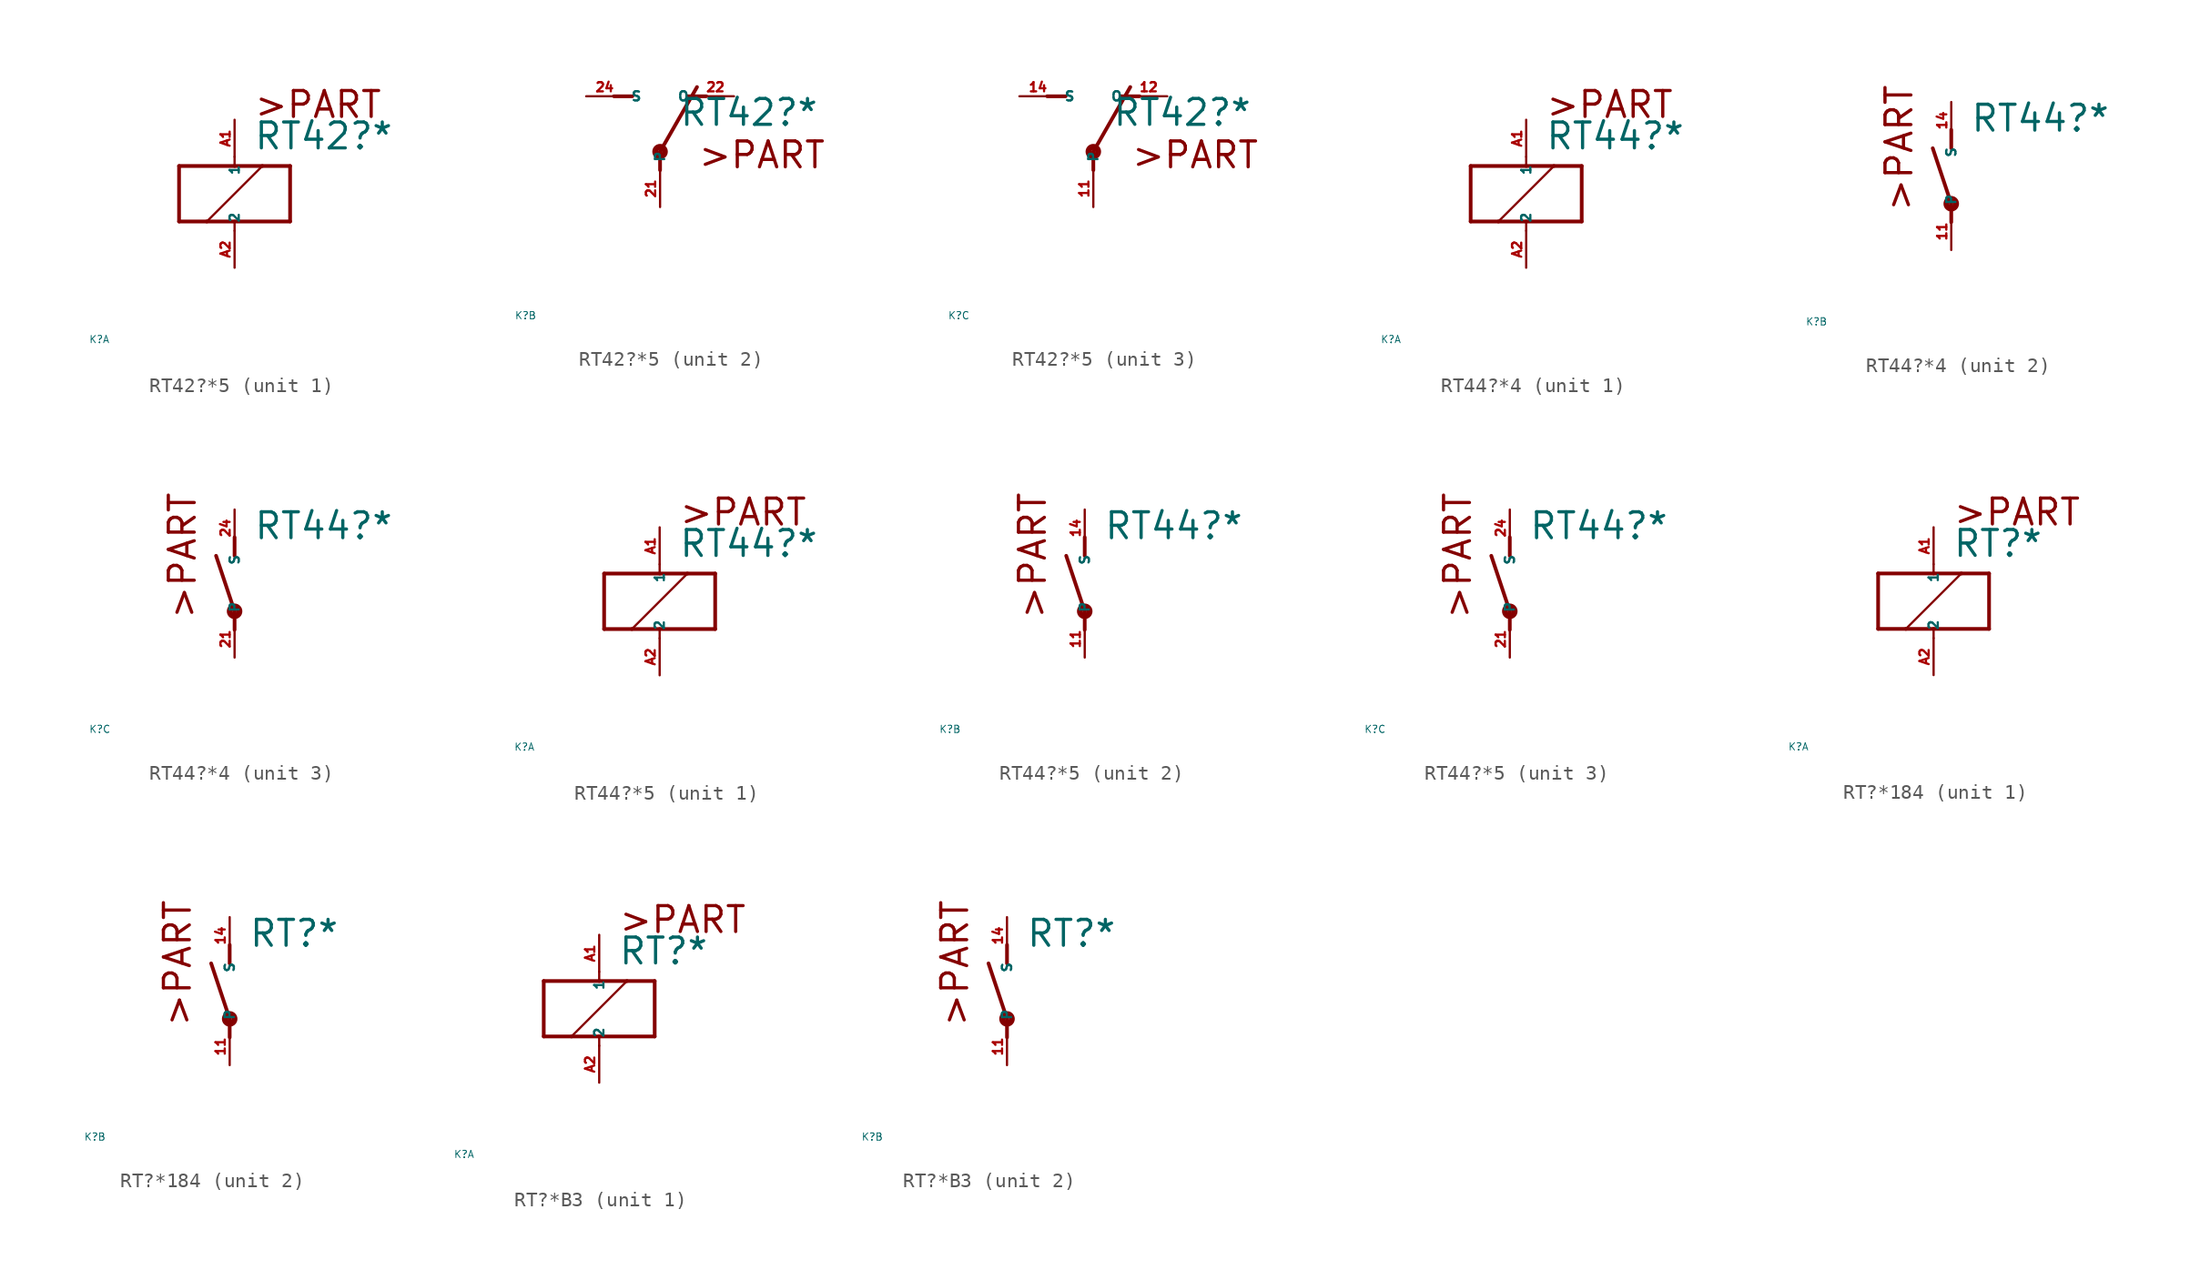
<source format=kicad_sym>
(kicad_symbol_lib
  (version 20220914)
  (generator Eagle2Kicad)
  (symbol "RT42?*5"
    (property "Reference" "K"
      (at -10 -10 0)
      (effects (font (size 0.5 0.5) (thickness 0.06)) (justify left)))
    (property "Value" "RT42?*"
      (at 1.27 2.921 0)
      (effects (font (size 1.778 1.778) (thickness 0.22)) (justify left bottom)))
    (symbol "RT42?*5_1_0"
      (polyline (pts (xy -3.81 -1.905) (xy -1.905 -1.905)) (stroke (width 0.254) (type default)) (fill (type none)))
      (polyline (pts (xy 3.81 -1.905) (xy 3.81 1.905)) (stroke (width 0.254) (type default)) (fill (type none)))
      (polyline (pts (xy 3.81 1.905) (xy 1.905 1.905)) (stroke (width 0.254) (type default)) (fill (type none)))
      (polyline (pts (xy -3.81 1.905) (xy -3.81 -1.905)) (stroke (width 0.254) (type default)) (fill (type none)))
      (polyline (pts (xy 0 -2.54) (xy 0 -1.905)) (stroke (width 0.152) (type default)) (fill (type none)))
      (polyline (pts (xy 0 -1.905) (xy 3.81 -1.905)) (stroke (width 0.254) (type default)) (fill (type none)))
      (polyline (pts (xy 0 2.54) (xy 0 1.905)) (stroke (width 0.152) (type default)) (fill (type none)))
      (polyline (pts (xy 0 1.905) (xy -3.81 1.905)) (stroke (width 0.254) (type default)) (fill (type none)))
      (polyline (pts (xy -1.905 -1.905) (xy 1.905 1.905)) (stroke (width 0.152) (type default)) (fill (type none)))
      (polyline (pts (xy -1.905 -1.905) (xy 0 -1.905)) (stroke (width 0.254) (type default)) (fill (type none)))
      (polyline (pts (xy 1.905 1.905) (xy 0 1.905)) (stroke (width 0.254) (type default)) (fill (type none)))
      (text ">PART" (at 1.27 5.08 0) (effects (font (size 1.778 1.778) (thickness 0.22)) (justify left bottom)))
      (pin passive line (at 0 -5.08 90) (length 2.54) (name "2" (effects (font (size 0.635 0.635) (thickness 0.08)) (justify left bottom))) (number "A2" (effects (font (size 0.635 0.635) (thickness 0.08)) (justify left bottom))))
      (pin passive line (at 0 5.08 270) (length 2.54) (name "1" (effects (font (size 0.635 0.635) (thickness 0.08)) (justify left bottom))) (number "A1" (effects (font (size 0.635 0.635) (thickness 0.08)) (justify left bottom)))))
    (symbol "RT42?*5_2_0"
      (polyline (pts (xy 3.175 5.08) (xy 1.905 5.08)) (stroke (width 0.254) (type default)) (fill (type none)))
      (polyline (pts (xy -3.175 5.08) (xy -1.905 5.08)) (stroke (width 0.254) (type default)) (fill (type none)))
      (polyline (pts (xy 0 1.27) (xy 2.54 5.715)) (stroke (width 0.254) (type default)) (fill (type none)))
      (polyline (pts (xy 0 1.27) (xy 0 0)) (stroke (width 0.254) (type default)) (fill (type none)))
      (text ">PART" (at 2.54 0 0) (effects (font (size 1.778 1.778) (thickness 0.22)) (justify left bottom)))
      (circle (center 0 1.27) (radius 0.127) (stroke (width 0.406) (type default)) (fill (type none)))
      (pin passive line (at 5.08 5.08 180) (length 2.54) (name "O" (effects (font (size 0.635 0.635) (thickness 0.08)) (justify left bottom))) (number "22" (effects (font (size 0.635 0.635) (thickness 0.08)) (justify left bottom))))
      (pin passive line (at -5.08 5.08 0) (length 2.54) (name "S" (effects (font (size 0.635 0.635) (thickness 0.08)) (justify left bottom))) (number "24" (effects (font (size 0.635 0.635) (thickness 0.08)) (justify left bottom))))
      (pin passive line (at 0 -2.54 90) (length 2.54) (name "P" (effects (font (size 0.635 0.635) (thickness 0.08)) (justify left bottom))) (number "21" (effects (font (size 0.635 0.635) (thickness 0.08)) (justify left bottom)))))
    (symbol "RT42?*5_3_0"
      (polyline (pts (xy 3.175 5.08) (xy 1.905 5.08)) (stroke (width 0.254) (type default)) (fill (type none)))
      (polyline (pts (xy -3.175 5.08) (xy -1.905 5.08)) (stroke (width 0.254) (type default)) (fill (type none)))
      (polyline (pts (xy 0 1.27) (xy 2.54 5.715)) (stroke (width 0.254) (type default)) (fill (type none)))
      (polyline (pts (xy 0 1.27) (xy 0 0)) (stroke (width 0.254) (type default)) (fill (type none)))
      (text ">PART" (at 2.54 0 0) (effects (font (size 1.778 1.778) (thickness 0.22)) (justify left bottom)))
      (circle (center 0 1.27) (radius 0.127) (stroke (width 0.406) (type default)) (fill (type none)))
      (pin passive line (at 5.08 5.08 180) (length 2.54) (name "O" (effects (font (size 0.635 0.635) (thickness 0.08)) (justify left bottom))) (number "12" (effects (font (size 0.635 0.635) (thickness 0.08)) (justify left bottom))))
      (pin passive line (at -5.08 5.08 0) (length 2.54) (name "S" (effects (font (size 0.635 0.635) (thickness 0.08)) (justify left bottom))) (number "14" (effects (font (size 0.635 0.635) (thickness 0.08)) (justify left bottom))))
      (pin passive line (at 0 -2.54 90) (length 2.54) (name "P" (effects (font (size 0.635 0.635) (thickness 0.08)) (justify left bottom))) (number "11" (effects (font (size 0.635 0.635) (thickness 0.08)) (justify left bottom))))))
  (symbol "RT44?*4"
    (property "Reference" "K"
      (at -10 -10 0)
      (effects (font (size 0.5 0.5) (thickness 0.06)) (justify left)))
    (property "Value" "RT44?*"
      (at 1.27 2.921 0)
      (effects (font (size 1.778 1.778) (thickness 0.22)) (justify left bottom)))
    (symbol "RT44?*4_1_0"
      (polyline (pts (xy -3.81 -1.905) (xy -1.905 -1.905)) (stroke (width 0.254) (type default)) (fill (type none)))
      (polyline (pts (xy 3.81 -1.905) (xy 3.81 1.905)) (stroke (width 0.254) (type default)) (fill (type none)))
      (polyline (pts (xy 3.81 1.905) (xy 1.905 1.905)) (stroke (width 0.254) (type default)) (fill (type none)))
      (polyline (pts (xy -3.81 1.905) (xy -3.81 -1.905)) (stroke (width 0.254) (type default)) (fill (type none)))
      (polyline (pts (xy 0 -2.54) (xy 0 -1.905)) (stroke (width 0.152) (type default)) (fill (type none)))
      (polyline (pts (xy 0 -1.905) (xy 3.81 -1.905)) (stroke (width 0.254) (type default)) (fill (type none)))
      (polyline (pts (xy 0 2.54) (xy 0 1.905)) (stroke (width 0.152) (type default)) (fill (type none)))
      (polyline (pts (xy 0 1.905) (xy -3.81 1.905)) (stroke (width 0.254) (type default)) (fill (type none)))
      (polyline (pts (xy -1.905 -1.905) (xy 1.905 1.905)) (stroke (width 0.152) (type default)) (fill (type none)))
      (polyline (pts (xy -1.905 -1.905) (xy 0 -1.905)) (stroke (width 0.254) (type default)) (fill (type none)))
      (polyline (pts (xy 1.905 1.905) (xy 0 1.905)) (stroke (width 0.254) (type default)) (fill (type none)))
      (text ">PART" (at 1.27 5.08 0) (effects (font (size 1.778 1.778) (thickness 0.22)) (justify left bottom)))
      (pin passive line (at 0 -5.08 90) (length 2.54) (name "2" (effects (font (size 0.635 0.635) (thickness 0.08)) (justify left bottom))) (number "A2" (effects (font (size 0.635 0.635) (thickness 0.08)) (justify left bottom))))
      (pin passive line (at 0 5.08 270) (length 2.54) (name "1" (effects (font (size 0.635 0.635) (thickness 0.08)) (justify left bottom))) (number "A1" (effects (font (size 0.635 0.635) (thickness 0.08)) (justify left bottom)))))
    (symbol "RT44?*4_2_0"
      (polyline (pts (xy 0 3.175) (xy 0 1.905)) (stroke (width 0.254) (type default)) (fill (type none)))
      (polyline (pts (xy 0 -3.175) (xy 0 -1.905)) (stroke (width 0.254) (type default)) (fill (type none)))
      (polyline (pts (xy 0 -1.905) (xy -1.27 1.905)) (stroke (width 0.254) (type default)) (fill (type none)))
      (text ">PART" (at -2.54 -2.54 900) (effects (font (size 1.778 1.778) (thickness 0.22)) (justify left bottom)))
      (circle (center 0 -1.905) (radius 0.127) (stroke (width 0.406) (type default)) (fill (type none)))
      (pin passive line (at 0 -5.08 90) (length 2.54) (name "P" (effects (font (size 0.635 0.635) (thickness 0.08)) (justify left bottom))) (number "11" (effects (font (size 0.635 0.635) (thickness 0.08)) (justify left bottom))))
      (pin passive line (at 0 5.08 270) (length 2.54) (name "S" (effects (font (size 0.635 0.635) (thickness 0.08)) (justify left bottom))) (number "14" (effects (font (size 0.635 0.635) (thickness 0.08)) (justify left bottom)))))
    (symbol "RT44?*4_3_0"
      (polyline (pts (xy 0 3.175) (xy 0 1.905)) (stroke (width 0.254) (type default)) (fill (type none)))
      (polyline (pts (xy 0 -3.175) (xy 0 -1.905)) (stroke (width 0.254) (type default)) (fill (type none)))
      (polyline (pts (xy 0 -1.905) (xy -1.27 1.905)) (stroke (width 0.254) (type default)) (fill (type none)))
      (text ">PART" (at -2.54 -2.54 900) (effects (font (size 1.778 1.778) (thickness 0.22)) (justify left bottom)))
      (circle (center 0 -1.905) (radius 0.127) (stroke (width 0.406) (type default)) (fill (type none)))
      (pin passive line (at 0 -5.08 90) (length 2.54) (name "P" (effects (font (size 0.635 0.635) (thickness 0.08)) (justify left bottom))) (number "21" (effects (font (size 0.635 0.635) (thickness 0.08)) (justify left bottom))))
      (pin passive line (at 0 5.08 270) (length 2.54) (name "S" (effects (font (size 0.635 0.635) (thickness 0.08)) (justify left bottom))) (number "24" (effects (font (size 0.635 0.635) (thickness 0.08)) (justify left bottom))))))
  (symbol "RT44?*5"
    (property "Reference" "K"
      (at -10 -10 0)
      (effects (font (size 0.5 0.5) (thickness 0.06)) (justify left)))
    (property "Value" "RT44?*"
      (at 1.27 2.921 0)
      (effects (font (size 1.778 1.778) (thickness 0.22)) (justify left bottom)))
    (symbol "RT44?*5_1_0"
      (polyline (pts (xy -3.81 -1.905) (xy -1.905 -1.905)) (stroke (width 0.254) (type default)) (fill (type none)))
      (polyline (pts (xy 3.81 -1.905) (xy 3.81 1.905)) (stroke (width 0.254) (type default)) (fill (type none)))
      (polyline (pts (xy 3.81 1.905) (xy 1.905 1.905)) (stroke (width 0.254) (type default)) (fill (type none)))
      (polyline (pts (xy -3.81 1.905) (xy -3.81 -1.905)) (stroke (width 0.254) (type default)) (fill (type none)))
      (polyline (pts (xy 0 -2.54) (xy 0 -1.905)) (stroke (width 0.152) (type default)) (fill (type none)))
      (polyline (pts (xy 0 -1.905) (xy 3.81 -1.905)) (stroke (width 0.254) (type default)) (fill (type none)))
      (polyline (pts (xy 0 2.54) (xy 0 1.905)) (stroke (width 0.152) (type default)) (fill (type none)))
      (polyline (pts (xy 0 1.905) (xy -3.81 1.905)) (stroke (width 0.254) (type default)) (fill (type none)))
      (polyline (pts (xy -1.905 -1.905) (xy 1.905 1.905)) (stroke (width 0.152) (type default)) (fill (type none)))
      (polyline (pts (xy -1.905 -1.905) (xy 0 -1.905)) (stroke (width 0.254) (type default)) (fill (type none)))
      (polyline (pts (xy 1.905 1.905) (xy 0 1.905)) (stroke (width 0.254) (type default)) (fill (type none)))
      (text ">PART" (at 1.27 5.08 0) (effects (font (size 1.778 1.778) (thickness 0.22)) (justify left bottom)))
      (pin passive line (at 0 -5.08 90) (length 2.54) (name "2" (effects (font (size 0.635 0.635) (thickness 0.08)) (justify left bottom))) (number "A2" (effects (font (size 0.635 0.635) (thickness 0.08)) (justify left bottom))))
      (pin passive line (at 0 5.08 270) (length 2.54) (name "1" (effects (font (size 0.635 0.635) (thickness 0.08)) (justify left bottom))) (number "A1" (effects (font (size 0.635 0.635) (thickness 0.08)) (justify left bottom)))))
    (symbol "RT44?*5_2_0"
      (polyline (pts (xy 0 3.175) (xy 0 1.905)) (stroke (width 0.254) (type default)) (fill (type none)))
      (polyline (pts (xy 0 -3.175) (xy 0 -1.905)) (stroke (width 0.254) (type default)) (fill (type none)))
      (polyline (pts (xy 0 -1.905) (xy -1.27 1.905)) (stroke (width 0.254) (type default)) (fill (type none)))
      (text ">PART" (at -2.54 -2.54 900) (effects (font (size 1.778 1.778) (thickness 0.22)) (justify left bottom)))
      (circle (center 0 -1.905) (radius 0.127) (stroke (width 0.406) (type default)) (fill (type none)))
      (pin passive line (at 0 -5.08 90) (length 2.54) (name "P" (effects (font (size 0.635 0.635) (thickness 0.08)) (justify left bottom))) (number "11" (effects (font (size 0.635 0.635) (thickness 0.08)) (justify left bottom))))
      (pin passive line (at 0 5.08 270) (length 2.54) (name "S" (effects (font (size 0.635 0.635) (thickness 0.08)) (justify left bottom))) (number "14" (effects (font (size 0.635 0.635) (thickness 0.08)) (justify left bottom)))))
    (symbol "RT44?*5_3_0"
      (polyline (pts (xy 0 3.175) (xy 0 1.905)) (stroke (width 0.254) (type default)) (fill (type none)))
      (polyline (pts (xy 0 -3.175) (xy 0 -1.905)) (stroke (width 0.254) (type default)) (fill (type none)))
      (polyline (pts (xy 0 -1.905) (xy -1.27 1.905)) (stroke (width 0.254) (type default)) (fill (type none)))
      (text ">PART" (at -2.54 -2.54 900) (effects (font (size 1.778 1.778) (thickness 0.22)) (justify left bottom)))
      (circle (center 0 -1.905) (radius 0.127) (stroke (width 0.406) (type default)) (fill (type none)))
      (pin passive line (at 0 -5.08 90) (length 2.54) (name "P" (effects (font (size 0.635 0.635) (thickness 0.08)) (justify left bottom))) (number "21" (effects (font (size 0.635 0.635) (thickness 0.08)) (justify left bottom))))
      (pin passive line (at 0 5.08 270) (length 2.54) (name "S" (effects (font (size 0.635 0.635) (thickness 0.08)) (justify left bottom))) (number "24" (effects (font (size 0.635 0.635) (thickness 0.08)) (justify left bottom))))))
  (symbol "RT?*184"
    (property "Reference" "K"
      (at -10 -10 0)
      (effects (font (size 0.5 0.5) (thickness 0.06)) (justify left)))
    (property "Value" "RT?*"
      (at 1.27 2.921 0)
      (effects (font (size 1.778 1.778) (thickness 0.22)) (justify left bottom)))
    (symbol "RT?*184_1_0"
      (polyline (pts (xy -3.81 -1.905) (xy -1.905 -1.905)) (stroke (width 0.254) (type default)) (fill (type none)))
      (polyline (pts (xy 3.81 -1.905) (xy 3.81 1.905)) (stroke (width 0.254) (type default)) (fill (type none)))
      (polyline (pts (xy 3.81 1.905) (xy 1.905 1.905)) (stroke (width 0.254) (type default)) (fill (type none)))
      (polyline (pts (xy -3.81 1.905) (xy -3.81 -1.905)) (stroke (width 0.254) (type default)) (fill (type none)))
      (polyline (pts (xy 0 -2.54) (xy 0 -1.905)) (stroke (width 0.152) (type default)) (fill (type none)))
      (polyline (pts (xy 0 -1.905) (xy 3.81 -1.905)) (stroke (width 0.254) (type default)) (fill (type none)))
      (polyline (pts (xy 0 2.54) (xy 0 1.905)) (stroke (width 0.152) (type default)) (fill (type none)))
      (polyline (pts (xy 0 1.905) (xy -3.81 1.905)) (stroke (width 0.254) (type default)) (fill (type none)))
      (polyline (pts (xy -1.905 -1.905) (xy 1.905 1.905)) (stroke (width 0.152) (type default)) (fill (type none)))
      (polyline (pts (xy -1.905 -1.905) (xy 0 -1.905)) (stroke (width 0.254) (type default)) (fill (type none)))
      (polyline (pts (xy 1.905 1.905) (xy 0 1.905)) (stroke (width 0.254) (type default)) (fill (type none)))
      (text ">PART" (at 1.27 5.08 0) (effects (font (size 1.778 1.778) (thickness 0.22)) (justify left bottom)))
      (pin passive line (at 0 -5.08 90) (length 2.54) (name "2" (effects (font (size 0.635 0.635) (thickness 0.08)) (justify left bottom))) (number "A2" (effects (font (size 0.635 0.635) (thickness 0.08)) (justify left bottom))))
      (pin passive line (at 0 5.08 270) (length 2.54) (name "1" (effects (font (size 0.635 0.635) (thickness 0.08)) (justify left bottom))) (number "A1" (effects (font (size 0.635 0.635) (thickness 0.08)) (justify left bottom)))))
    (symbol "RT?*184_2_0"
      (polyline (pts (xy 0 3.175) (xy 0 1.905)) (stroke (width 0.254) (type default)) (fill (type none)))
      (polyline (pts (xy 0 -3.175) (xy 0 -1.905)) (stroke (width 0.254) (type default)) (fill (type none)))
      (polyline (pts (xy 0 -1.905) (xy -1.27 1.905)) (stroke (width 0.254) (type default)) (fill (type none)))
      (text ">PART" (at -2.54 -2.54 900) (effects (font (size 1.778 1.778) (thickness 0.22)) (justify left bottom)))
      (circle (center 0 -1.905) (radius 0.127) (stroke (width 0.406) (type default)) (fill (type none)))
      (pin passive line (at 0 -5.08 90) (length 2.54) (name "P" (effects (font (size 0.635 0.635) (thickness 0.08)) (justify left bottom))) (number "11" (effects (font (size 0.635 0.635) (thickness 0.08)) (justify left bottom))))
      (pin passive line (at 0 5.08 270) (length 2.54) (name "S" (effects (font (size 0.635 0.635) (thickness 0.08)) (justify left bottom))) (number "14" (effects (font (size 0.635 0.635) (thickness 0.08)) (justify left bottom))))))
  (symbol "RT?*B3"
    (property "Reference" "K"
      (at -10 -10 0)
      (effects (font (size 0.5 0.5) (thickness 0.06)) (justify left)))
    (property "Value" "RT?*"
      (at 1.27 2.921 0)
      (effects (font (size 1.778 1.778) (thickness 0.22)) (justify left bottom)))
    (symbol "RT?*B3_1_0"
      (polyline (pts (xy -3.81 -1.905) (xy -1.905 -1.905)) (stroke (width 0.254) (type default)) (fill (type none)))
      (polyline (pts (xy 3.81 -1.905) (xy 3.81 1.905)) (stroke (width 0.254) (type default)) (fill (type none)))
      (polyline (pts (xy 3.81 1.905) (xy 1.905 1.905)) (stroke (width 0.254) (type default)) (fill (type none)))
      (polyline (pts (xy -3.81 1.905) (xy -3.81 -1.905)) (stroke (width 0.254) (type default)) (fill (type none)))
      (polyline (pts (xy 0 -2.54) (xy 0 -1.905)) (stroke (width 0.152) (type default)) (fill (type none)))
      (polyline (pts (xy 0 -1.905) (xy 3.81 -1.905)) (stroke (width 0.254) (type default)) (fill (type none)))
      (polyline (pts (xy 0 2.54) (xy 0 1.905)) (stroke (width 0.152) (type default)) (fill (type none)))
      (polyline (pts (xy 0 1.905) (xy -3.81 1.905)) (stroke (width 0.254) (type default)) (fill (type none)))
      (polyline (pts (xy -1.905 -1.905) (xy 1.905 1.905)) (stroke (width 0.152) (type default)) (fill (type none)))
      (polyline (pts (xy -1.905 -1.905) (xy 0 -1.905)) (stroke (width 0.254) (type default)) (fill (type none)))
      (polyline (pts (xy 1.905 1.905) (xy 0 1.905)) (stroke (width 0.254) (type default)) (fill (type none)))
      (text ">PART" (at 1.27 5.08 0) (effects (font (size 1.778 1.778) (thickness 0.22)) (justify left bottom)))
      (pin passive line (at 0 -5.08 90) (length 2.54) (name "2" (effects (font (size 0.635 0.635) (thickness 0.08)) (justify left bottom))) (number "A2" (effects (font (size 0.635 0.635) (thickness 0.08)) (justify left bottom))))
      (pin passive line (at 0 5.08 270) (length 2.54) (name "1" (effects (font (size 0.635 0.635) (thickness 0.08)) (justify left bottom))) (number "A1" (effects (font (size 0.635 0.635) (thickness 0.08)) (justify left bottom)))))
    (symbol "RT?*B3_2_0"
      (polyline (pts (xy 0 3.175) (xy 0 1.905)) (stroke (width 0.254) (type default)) (fill (type none)))
      (polyline (pts (xy 0 -3.175) (xy 0 -1.905)) (stroke (width 0.254) (type default)) (fill (type none)))
      (polyline (pts (xy 0 -1.905) (xy -1.27 1.905)) (stroke (width 0.254) (type default)) (fill (type none)))
      (text ">PART" (at -2.54 -2.54 900) (effects (font (size 1.778 1.778) (thickness 0.22)) (justify left bottom)))
      (circle (center 0 -1.905) (radius 0.127) (stroke (width 0.406) (type default)) (fill (type none)))
      (pin passive line (at 0 -5.08 90) (length 2.54) (name "P" (effects (font (size 0.635 0.635) (thickness 0.08)) (justify left bottom))) (number "11" (effects (font (size 0.635 0.635) (thickness 0.08)) (justify left bottom))))
      (pin passive line (at 0 5.08 270) (length 2.54) (name "S" (effects (font (size 0.635 0.635) (thickness 0.08)) (justify left bottom))) (number "14" (effects (font (size 0.635 0.635) (thickness 0.08)) (justify left bottom)))))))
</source>
